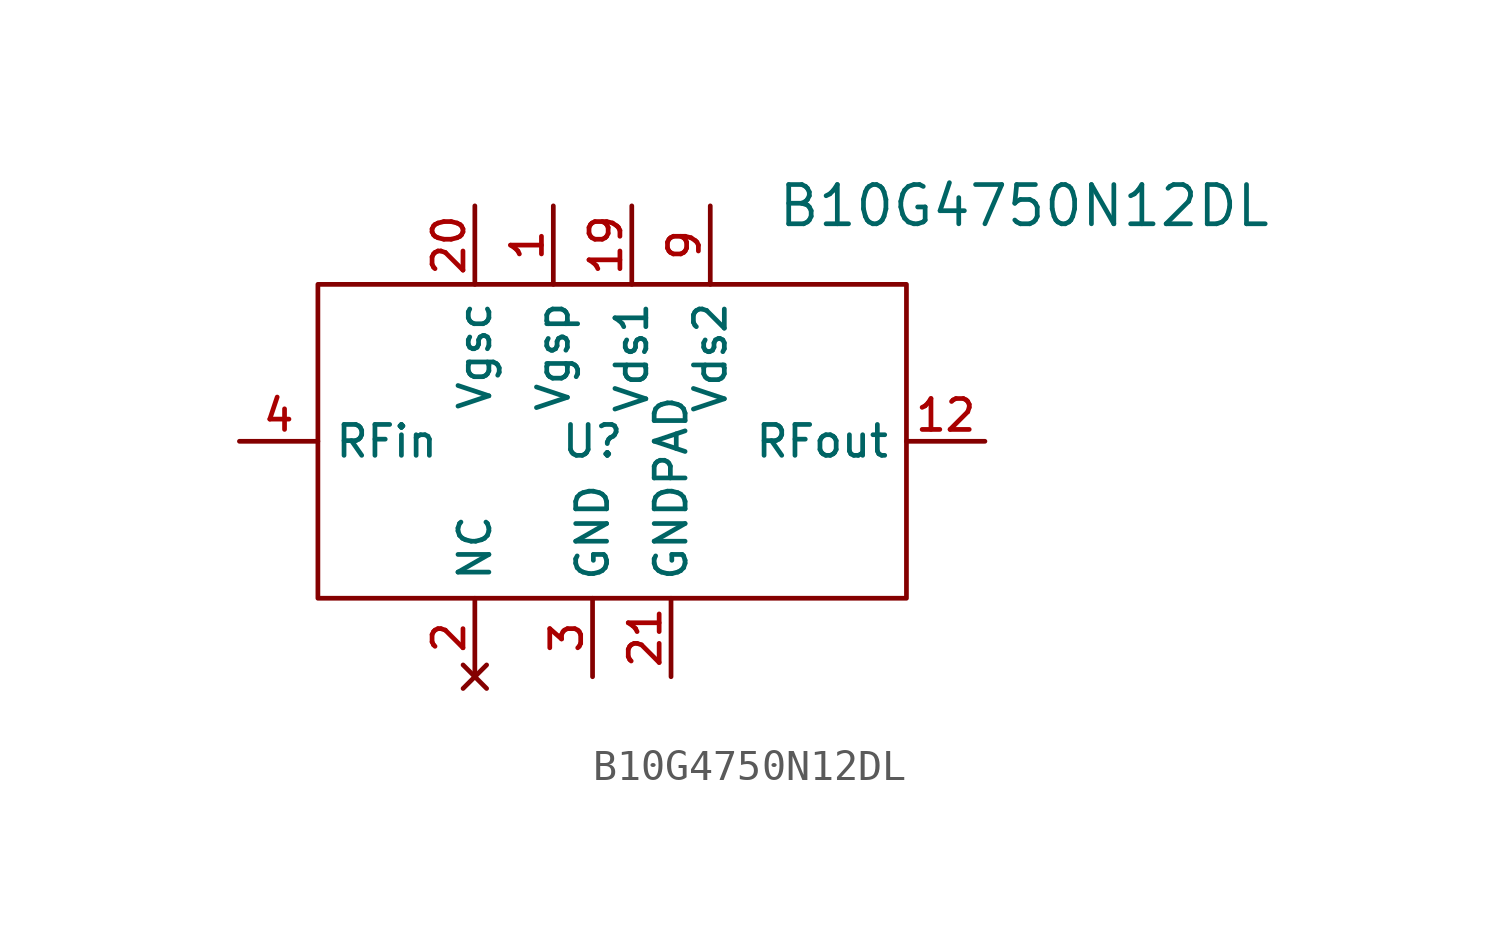
<source format=kicad_sym>
(kicad_symbol_lib
  (version 20220914)
  (generator kicad_symbol_editor)
  (symbol "B10G4750N12DL"
    (property "Reference" "U"
      (at 0 0 0)
      (effects (font (size 1 1))))
    (property "Value" "B10G4750N12DL"
      (at 13.97 7.62 0)
      (effects (font (size 1.27 1.27))))
    (symbol "B10G4750N12DL_0_1"
      (rectangle (start -8.89 5.08) (end 10.16 -5.08) (stroke (width 0) (type default)) (fill (type none))))
    (symbol "B10G4750N12DL_1_1"
      (pin input line (at -1.27 7.62 270) (length 2.54) (name "Vgsp" (effects (font (size 1 1)))) (number "1" (effects (font (size 1 1)))))
      (pin power_in line (at 0 -7.62 90) (length 2.54) hide (name "GND" (effects (font (size 1 1)))) (number "10" (effects (font (size 1 1)))))
      (pin power_in line (at 0 -7.62 90) (length 2.54) hide (name "GND" (effects (font (size 1 1)))) (number "11" (effects (font (size 1 1)))))
      (pin output line (at 12.7 0 180) (length 2.54) (name "RFout" (effects (font (size 1 1)))) (number "12" (effects (font (size 1 1)))))
      (pin power_in line (at 0 -7.62 90) (length 2.54) hide (name "GND" (effects (font (size 1 1)))) (number "13" (effects (font (size 1 1)))))
      (pin no_connect line (at -3.81 -7.62 90) (length 2.54) hide (name "NC" (effects (font (size 1 1)))) (number "14" (effects (font (size 1 1)))))
      (pin no_connect line (at -3.81 -7.62 90) (length 2.54) hide (name "NC" (effects (font (size 1 1)))) (number "15" (effects (font (size 1 1)))))
      (pin power_in line (at 0 -7.62 90) (length 2.54) hide (name "GND" (effects (font (size 1 1)))) (number "16" (effects (font (size 1 1)))))
      (pin no_connect line (at -3.81 -7.62 90) (length 2.54) hide (name "NC" (effects (font (size 1 1)))) (number "17" (effects (font (size 1 1)))))
      (pin power_in line (at 0 -7.62 90) (length 2.54) hide (name "GND" (effects (font (size 1 1)))) (number "18" (effects (font (size 1 1)))))
      (pin input line (at 1.27 7.62 270) (length 2.54) (name "Vds1" (effects (font (size 1 1)))) (number "19" (effects (font (size 1 1)))))
      (pin no_connect line (at -3.81 -7.62 90) (length 2.54) (name "NC" (effects (font (size 1 1)))) (number "2" (effects (font (size 1 1)))))
      (pin input line (at -3.81 7.62 270) (length 2.54) (name "Vgsc" (effects (font (size 1 1)))) (number "20" (effects (font (size 1 1)))))
      (pin power_in line (at 2.54 -7.62 90) (length 2.54) (name "GNDPAD" (effects (font (size 1 1)))) (number "21" (effects (font (size 1 1)))))
      (pin power_in line (at 0 -7.62 90) (length 2.54) (name "GND" (effects (font (size 1 1)))) (number "3" (effects (font (size 1 1)))))
      (pin input line (at -11.43 0 0) (length 2.54) (name "RFin" (effects (font (size 1 1)))) (number "4" (effects (font (size 1 1)))))
      (pin power_in line (at 0 -7.62 90) (length 2.54) hide (name "GND" (effects (font (size 1 1)))) (number "5" (effects (font (size 1 1)))))
      (pin power_in line (at 0 -7.62 90) (length 2.54) hide (name "GND" (effects (font (size 1 1)))) (number "6" (effects (font (size 1 1)))))
      (pin input line (at 1.27 7.62 270) (length 2.54) hide (name "Vds1" (effects (font (size 1 1)))) (number "7" (effects (font (size 1 1)))))
      (pin no_connect line (at -3.81 -7.62 90) (length 2.54) hide (name "NC" (effects (font (size 1 1)))) (number "8" (effects (font (size 1 1)))))
      (pin input line (at 3.81 7.62 270) (length 2.54) (name "Vds2" (effects (font (size 1 1)))) (number "9" (effects (font (size 1 1))))))))
</source>
